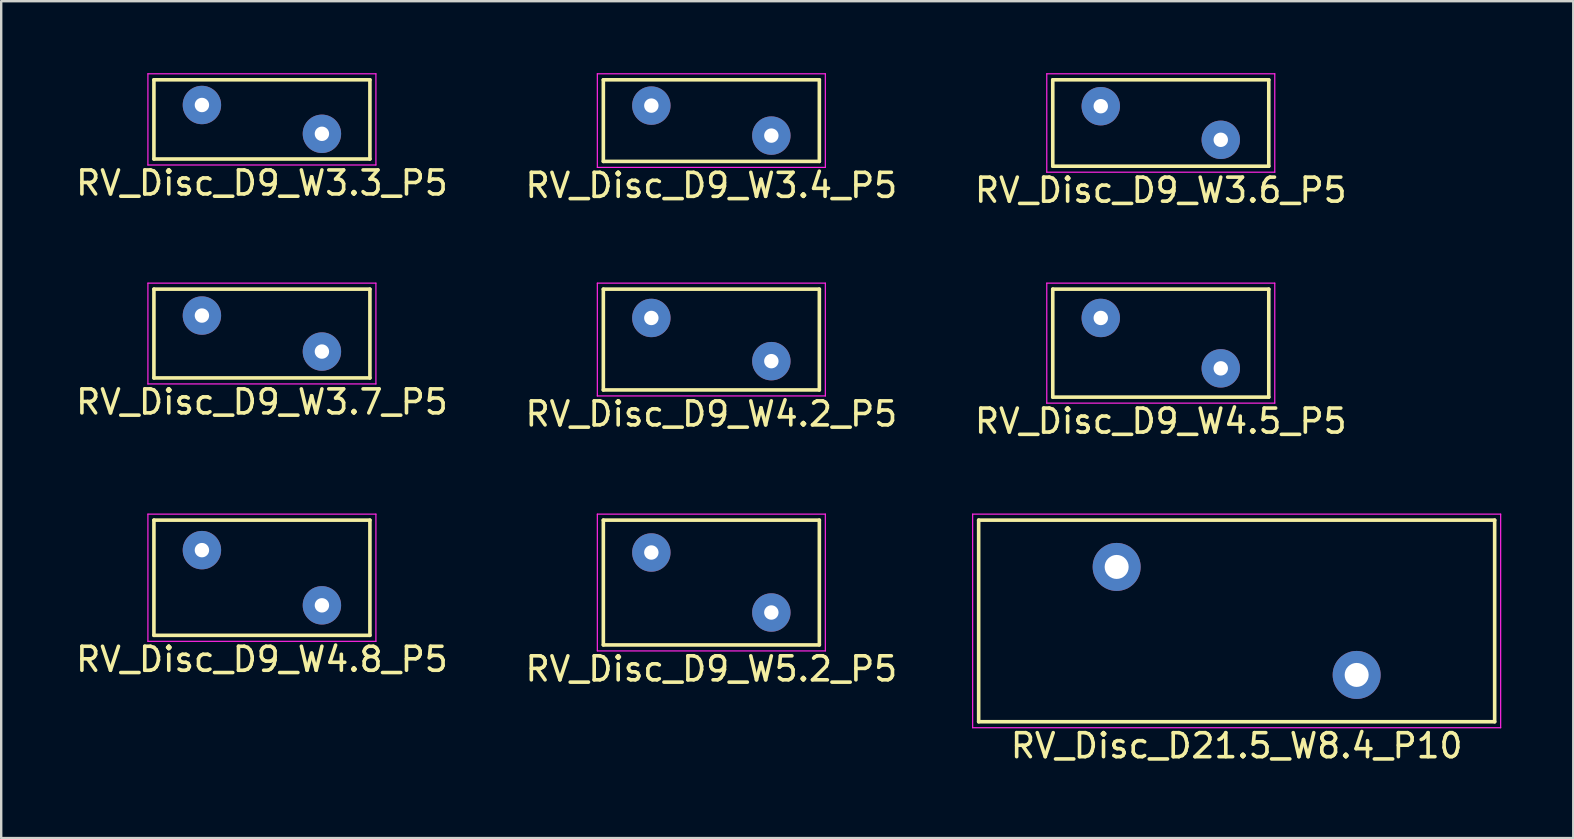
<source format=kicad_pcb>
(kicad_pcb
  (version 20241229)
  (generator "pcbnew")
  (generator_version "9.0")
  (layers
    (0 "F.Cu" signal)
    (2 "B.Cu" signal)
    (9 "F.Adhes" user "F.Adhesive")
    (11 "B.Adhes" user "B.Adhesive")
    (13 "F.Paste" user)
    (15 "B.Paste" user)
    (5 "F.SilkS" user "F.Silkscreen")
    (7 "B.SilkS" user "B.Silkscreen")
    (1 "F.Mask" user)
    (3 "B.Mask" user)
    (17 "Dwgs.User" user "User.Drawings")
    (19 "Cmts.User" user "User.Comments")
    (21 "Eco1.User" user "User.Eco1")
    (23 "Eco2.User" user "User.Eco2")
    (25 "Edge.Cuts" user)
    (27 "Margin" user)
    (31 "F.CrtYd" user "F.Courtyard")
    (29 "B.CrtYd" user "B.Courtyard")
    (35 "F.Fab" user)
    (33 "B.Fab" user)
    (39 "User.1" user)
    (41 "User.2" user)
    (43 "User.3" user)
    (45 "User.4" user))
  (footprint "RV_Disc_D9_W3.4_P5"
    (layer "F.Cu")
    (at 24.089 1.35)
    (property "Reference" "RV_Disc_D9_W3.4_P5" (at 2.5 3.325 0) (layer "F.SilkS") (effects (font (size 1 1) (thickness 0.15))))
    (attr through_hole)
    (fp_line (start -2 -1.075) (end -2 2.325) (stroke (width 0.15) (type solid)) (layer "F.SilkS"))
    (fp_line (start -2 -1.075) (end 7 -1.075) (stroke (width 0.15) (type solid)) (layer "F.SilkS"))
    (fp_line (start -2 2.325) (end 7 2.325) (stroke (width 0.15) (type solid)) (layer "F.SilkS"))
    (fp_line (start 7 -1.075) (end 7 2.325) (stroke (width 0.15) (type solid)) (layer "F.SilkS"))
    (fp_line (start -2.25 -1.325) (end -2.25 2.575) (stroke (width 0.05) (type solid)) (layer "F.CrtYd"))
    (fp_line (start -2.25 -1.325) (end 7.25 -1.325) (stroke (width 0.05) (type solid)) (layer "F.CrtYd"))
    (fp_line (start -2.25 2.575) (end 7.25 2.575) (stroke (width 0.05) (type solid)) (layer "F.CrtYd"))
    (fp_line (start 7.25 -1.325) (end 7.25 2.575) (stroke (width 0.05) (type solid)) (layer "F.CrtYd"))
    (pad "1" thru_hole circle (at 0 0) (size 1.6 1.6) (drill 0.6) (layers "*.Cu" "*.Mask"))
    (pad "2" thru_hole circle (at 5 1.25) (size 1.6 1.6) (drill 0.6) (layers "*.Cu" "*.Mask")))
  (footprint "RV_Disc_D9_W3.6_P5"
    (layer "F.Cu")
    (at 42.815 1.375)
    (property "Reference" "RV_Disc_D9_W3.6_P5" (at 2.5 3.5 0) (layer "F.SilkS") (effects (font (size 1 1) (thickness 0.15))))
    (attr through_hole)
    (fp_line (start -2 -1.1) (end -2 2.5) (stroke (width 0.15) (type solid)) (layer "F.SilkS"))
    (fp_line (start -2 -1.1) (end 7 -1.1) (stroke (width 0.15) (type solid)) (layer "F.SilkS"))
    (fp_line (start -2 2.5) (end 7 2.5) (stroke (width 0.15) (type solid)) (layer "F.SilkS"))
    (fp_line (start 7 -1.1) (end 7 2.5) (stroke (width 0.15) (type solid)) (layer "F.SilkS"))
    (fp_line (start -2.25 -1.35) (end -2.25 2.75) (stroke (width 0.05) (type solid)) (layer "F.CrtYd"))
    (fp_line (start -2.25 -1.35) (end 7.25 -1.35) (stroke (width 0.05) (type solid)) (layer "F.CrtYd"))
    (fp_line (start -2.25 2.75) (end 7.25 2.75) (stroke (width 0.05) (type solid)) (layer "F.CrtYd"))
    (fp_line (start 7.25 -1.35) (end 7.25 2.75) (stroke (width 0.05) (type solid)) (layer "F.CrtYd"))
    (pad "1" thru_hole circle (at 0 0) (size 1.6 1.6) (drill 0.6) (layers "*.Cu" "*.Mask"))
    (pad "2" thru_hole circle (at 5 1.4) (size 1.6 1.6) (drill 0.6) (layers "*.Cu" "*.Mask")))
  (footprint "RV_Disc_D9_W3.3_P5"
    (layer "F.Cu")
    (at 5.363 1.325)
    (property "Reference" "RV_Disc_D9_W3.3_P5" (at 2.5 3.25 0) (layer "F.SilkS") (effects (font (size 1 1) (thickness 0.15))))
    (attr through_hole)
    (fp_line (start -2 -1.05) (end -2 2.25) (stroke (width 0.15) (type solid)) (layer "F.SilkS"))
    (fp_line (start -2 -1.05) (end 7 -1.05) (stroke (width 0.15) (type solid)) (layer "F.SilkS"))
    (fp_line (start -2 2.25) (end 7 2.25) (stroke (width 0.15) (type solid)) (layer "F.SilkS"))
    (fp_line (start 7 -1.05) (end 7 2.25) (stroke (width 0.15) (type solid)) (layer "F.SilkS"))
    (fp_line (start -2.25 -1.3) (end -2.25 2.5) (stroke (width 0.05) (type solid)) (layer "F.CrtYd"))
    (fp_line (start -2.25 -1.3) (end 7.25 -1.3) (stroke (width 0.05) (type solid)) (layer "F.CrtYd"))
    (fp_line (start -2.25 2.5) (end 7.25 2.5) (stroke (width 0.05) (type solid)) (layer "F.CrtYd"))
    (fp_line (start 7.25 -1.3) (end 7.25 2.5) (stroke (width 0.05) (type solid)) (layer "F.CrtYd"))
    (pad "1" thru_hole circle (at 0 0) (size 1.6 1.6) (drill 0.6) (layers "*.Cu" "*.Mask"))
    (pad "2" thru_hole circle (at 5 1.2) (size 1.6 1.6) (drill 0.6) (layers "*.Cu" "*.Mask")))
  (footprint "RV_Disc_D9_W4.5_P5"
    (layer "F.Cu")
    (at 42.815 10.198)
    (property "Reference" "RV_Disc_D9_W4.5_P5" (at 2.5 4.3 0) (layer "F.SilkS") (effects (font (size 1 1) (thickness 0.15))))
    (attr through_hole)
    (fp_line (start -2 -1.2) (end -2 3.3) (stroke (width 0.15) (type solid)) (layer "F.SilkS"))
    (fp_line (start -2 -1.2) (end 7 -1.2) (stroke (width 0.15) (type solid)) (layer "F.SilkS"))
    (fp_line (start -2 3.3) (end 7 3.3) (stroke (width 0.15) (type solid)) (layer "F.SilkS"))
    (fp_line (start 7 -1.2) (end 7 3.3) (stroke (width 0.15) (type solid)) (layer "F.SilkS"))
    (fp_line (start -2.25 -1.45) (end -2.25 3.55) (stroke (width 0.05) (type solid)) (layer "F.CrtYd"))
    (fp_line (start -2.25 -1.45) (end 7.25 -1.45) (stroke (width 0.05) (type solid)) (layer "F.CrtYd"))
    (fp_line (start -2.25 3.55) (end 7.25 3.55) (stroke (width 0.05) (type solid)) (layer "F.CrtYd"))
    (fp_line (start 7.25 -1.45) (end 7.25 3.55) (stroke (width 0.05) (type solid)) (layer "F.CrtYd"))
    (pad "1" thru_hole circle (at 0 0) (size 1.6 1.6) (drill 0.6) (layers "*.Cu" "*.Mask"))
    (pad "2" thru_hole circle (at 5 2.1) (size 1.6 1.6) (drill 0.6) (layers "*.Cu" "*.Mask")))
  (footprint "RV_Disc_D9_W5.2_P5"
    (layer "F.Cu")
    (at 24.089 19.971)
    (property "Reference" "RV_Disc_D9_W5.2_P5" (at 2.5 4.85 0) (layer "F.SilkS") (effects (font (size 1 1) (thickness 0.15))))
    (attr through_hole)
    (fp_line (start -2 -1.35) (end -2 3.85) (stroke (width 0.15) (type solid)) (layer "F.SilkS"))
    (fp_line (start -2 -1.35) (end 7 -1.35) (stroke (width 0.15) (type solid)) (layer "F.SilkS"))
    (fp_line (start -2 3.85) (end 7 3.85) (stroke (width 0.15) (type solid)) (layer "F.SilkS"))
    (fp_line (start 7 -1.35) (end 7 3.85) (stroke (width 0.15) (type solid)) (layer "F.SilkS"))
    (fp_line (start -2.25 -1.6) (end -2.25 4.1) (stroke (width 0.05) (type solid)) (layer "F.CrtYd"))
    (fp_line (start -2.25 -1.6) (end 7.25 -1.6) (stroke (width 0.05) (type solid)) (layer "F.CrtYd"))
    (fp_line (start -2.25 4.1) (end 7.25 4.1) (stroke (width 0.05) (type solid)) (layer "F.CrtYd"))
    (fp_line (start 7.25 -1.6) (end 7.25 4.1) (stroke (width 0.05) (type solid)) (layer "F.CrtYd"))
    (pad "1" thru_hole circle (at 0 0) (size 1.6 1.6) (drill 0.6) (layers "*.Cu" "*.Mask"))
    (pad "2" thru_hole circle (at 5 2.5) (size 1.6 1.6) (drill 0.6) (layers "*.Cu" "*.Mask")))
  (footprint "RV_Disc_D9_W4.2_P5"
    (layer "F.Cu")
    (at 24.089 10.198)
    (property "Reference" "RV_Disc_D9_W4.2_P5" (at 2.5 4 0) (layer "F.SilkS") (effects (font (size 1 1) (thickness 0.15))))
    (attr through_hole)
    (fp_line (start -2 -1.2) (end -2 3) (stroke (width 0.15) (type solid)) (layer "F.SilkS"))
    (fp_line (start -2 -1.2) (end 7 -1.2) (stroke (width 0.15) (type solid)) (layer "F.SilkS"))
    (fp_line (start -2 3) (end 7 3) (stroke (width 0.15) (type solid)) (layer "F.SilkS"))
    (fp_line (start 7 -1.2) (end 7 3) (stroke (width 0.15) (type solid)) (layer "F.SilkS"))
    (fp_line (start -2.25 -1.45) (end -2.25 3.25) (stroke (width 0.05) (type solid)) (layer "F.CrtYd"))
    (fp_line (start -2.25 -1.45) (end 7.25 -1.45) (stroke (width 0.05) (type solid)) (layer "F.CrtYd"))
    (fp_line (start -2.25 3.25) (end 7.25 3.25) (stroke (width 0.05) (type solid)) (layer "F.CrtYd"))
    (fp_line (start 7.25 -1.45) (end 7.25 3.25) (stroke (width 0.05) (type solid)) (layer "F.CrtYd"))
    (pad "1" thru_hole circle (at 0 0) (size 1.6 1.6) (drill 0.6) (layers "*.Cu" "*.Mask"))
    (pad "2" thru_hole circle (at 5 1.8) (size 1.6 1.6) (drill 0.6) (layers "*.Cu" "*.Mask")))
  (footprint "RV_Disc_D21.5_W8.4_P10"
    (layer "F.Cu")
    (at 43.477 20.572)
    (property "Reference" "RV_Disc_D21.5_W8.4_P10" (at 5 7.45 0) (layer "F.SilkS") (effects (font (size 1 1) (thickness 0.15))))
    (attr through_hole)
    (fp_line (start -5.75 -1.95) (end -5.75 6.45) (stroke (width 0.15) (type solid)) (layer "F.SilkS"))
    (fp_line (start -5.75 -1.95) (end 15.75 -1.95) (stroke (width 0.15) (type solid)) (layer "F.SilkS"))
    (fp_line (start -5.75 6.45) (end 15.75 6.45) (stroke (width 0.15) (type solid)) (layer "F.SilkS"))
    (fp_line (start 15.75 -1.95) (end 15.75 6.45) (stroke (width 0.15) (type solid)) (layer "F.SilkS"))
    (fp_line (start -6 -2.2) (end -6 6.7) (stroke (width 0.05) (type solid)) (layer "F.CrtYd"))
    (fp_line (start -6 -2.2) (end 16 -2.2) (stroke (width 0.05) (type solid)) (layer "F.CrtYd"))
    (fp_line (start -6 6.7) (end 16 6.7) (stroke (width 0.05) (type solid)) (layer "F.CrtYd"))
    (fp_line (start 16 -2.2) (end 16 6.7) (stroke (width 0.05) (type solid)) (layer "F.CrtYd"))
    (pad "1" thru_hole circle (at 0 0) (size 2 2) (drill 1) (layers "*.Cu" "*.Mask"))
    (pad "2" thru_hole circle (at 10 4.5) (size 2 2) (drill 1) (layers "*.Cu" "*.Mask")))
  (footprint "RV_Disc_D9_W4.8_P5"
    (layer "F.Cu")
    (at 5.363 19.872)
    (property "Reference" "RV_Disc_D9_W4.8_P5" (at 2.5 4.55 0) (layer "F.SilkS") (effects (font (size 1 1) (thickness 0.15))))
    (attr through_hole)
    (fp_line (start -2 -1.25) (end -2 3.55) (stroke (width 0.15) (type solid)) (layer "F.SilkS"))
    (fp_line (start -2 -1.25) (end 7 -1.25) (stroke (width 0.15) (type solid)) (layer "F.SilkS"))
    (fp_line (start -2 3.55) (end 7 3.55) (stroke (width 0.15) (type solid)) (layer "F.SilkS"))
    (fp_line (start 7 -1.25) (end 7 3.55) (stroke (width 0.15) (type solid)) (layer "F.SilkS"))
    (fp_line (start -2.25 -1.5) (end -2.25 3.8) (stroke (width 0.05) (type solid)) (layer "F.CrtYd"))
    (fp_line (start -2.25 -1.5) (end 7.25 -1.5) (stroke (width 0.05) (type solid)) (layer "F.CrtYd"))
    (fp_line (start -2.25 3.8) (end 7.25 3.8) (stroke (width 0.05) (type solid)) (layer "F.CrtYd"))
    (fp_line (start 7.25 -1.5) (end 7.25 3.8) (stroke (width 0.05) (type solid)) (layer "F.CrtYd"))
    (pad "1" thru_hole circle (at 0 0) (size 1.6 1.6) (drill 0.6) (layers "*.Cu" "*.Mask"))
    (pad "2" thru_hole circle (at 5 2.3) (size 1.6 1.6) (drill 0.6) (layers "*.Cu" "*.Mask")))
  (footprint "RV_Disc_D9_W3.7_P5"
    (layer "F.Cu")
    (at 5.363 10.098)
    (property "Reference" "RV_Disc_D9_W3.7_P5" (at 2.5 3.6 0) (layer "F.SilkS") (effects (font (size 1 1) (thickness 0.15))))
    (attr through_hole)
    (fp_line (start -2 -1.1) (end -2 2.6) (stroke (width 0.15) (type solid)) (layer "F.SilkS"))
    (fp_line (start -2 -1.1) (end 7 -1.1) (stroke (width 0.15) (type solid)) (layer "F.SilkS"))
    (fp_line (start -2 2.6) (end 7 2.6) (stroke (width 0.15) (type solid)) (layer "F.SilkS"))
    (fp_line (start 7 -1.1) (end 7 2.6) (stroke (width 0.15) (type solid)) (layer "F.SilkS"))
    (fp_line (start -2.25 -1.35) (end -2.25 2.85) (stroke (width 0.05) (type solid)) (layer "F.CrtYd"))
    (fp_line (start -2.25 -1.35) (end 7.25 -1.35) (stroke (width 0.05) (type solid)) (layer "F.CrtYd"))
    (fp_line (start -2.25 2.85) (end 7.25 2.85) (stroke (width 0.05) (type solid)) (layer "F.CrtYd"))
    (fp_line (start 7.25 -1.35) (end 7.25 2.85) (stroke (width 0.05) (type solid)) (layer "F.CrtYd"))
    (pad "1" thru_hole circle (at 0 0) (size 1.6 1.6) (drill 0.6) (layers "*.Cu" "*.Mask"))
    (pad "2" thru_hole circle (at 5 1.5) (size 1.6 1.6) (drill 0.6) (layers "*.Cu" "*.Mask")))
  (gr_rect
    (start -3 -3)
    (end 62.502 31.87)
    (stroke (width 0.1) (type default))
    (fill no)
    (layer "Edge.Cuts")))
</source>
